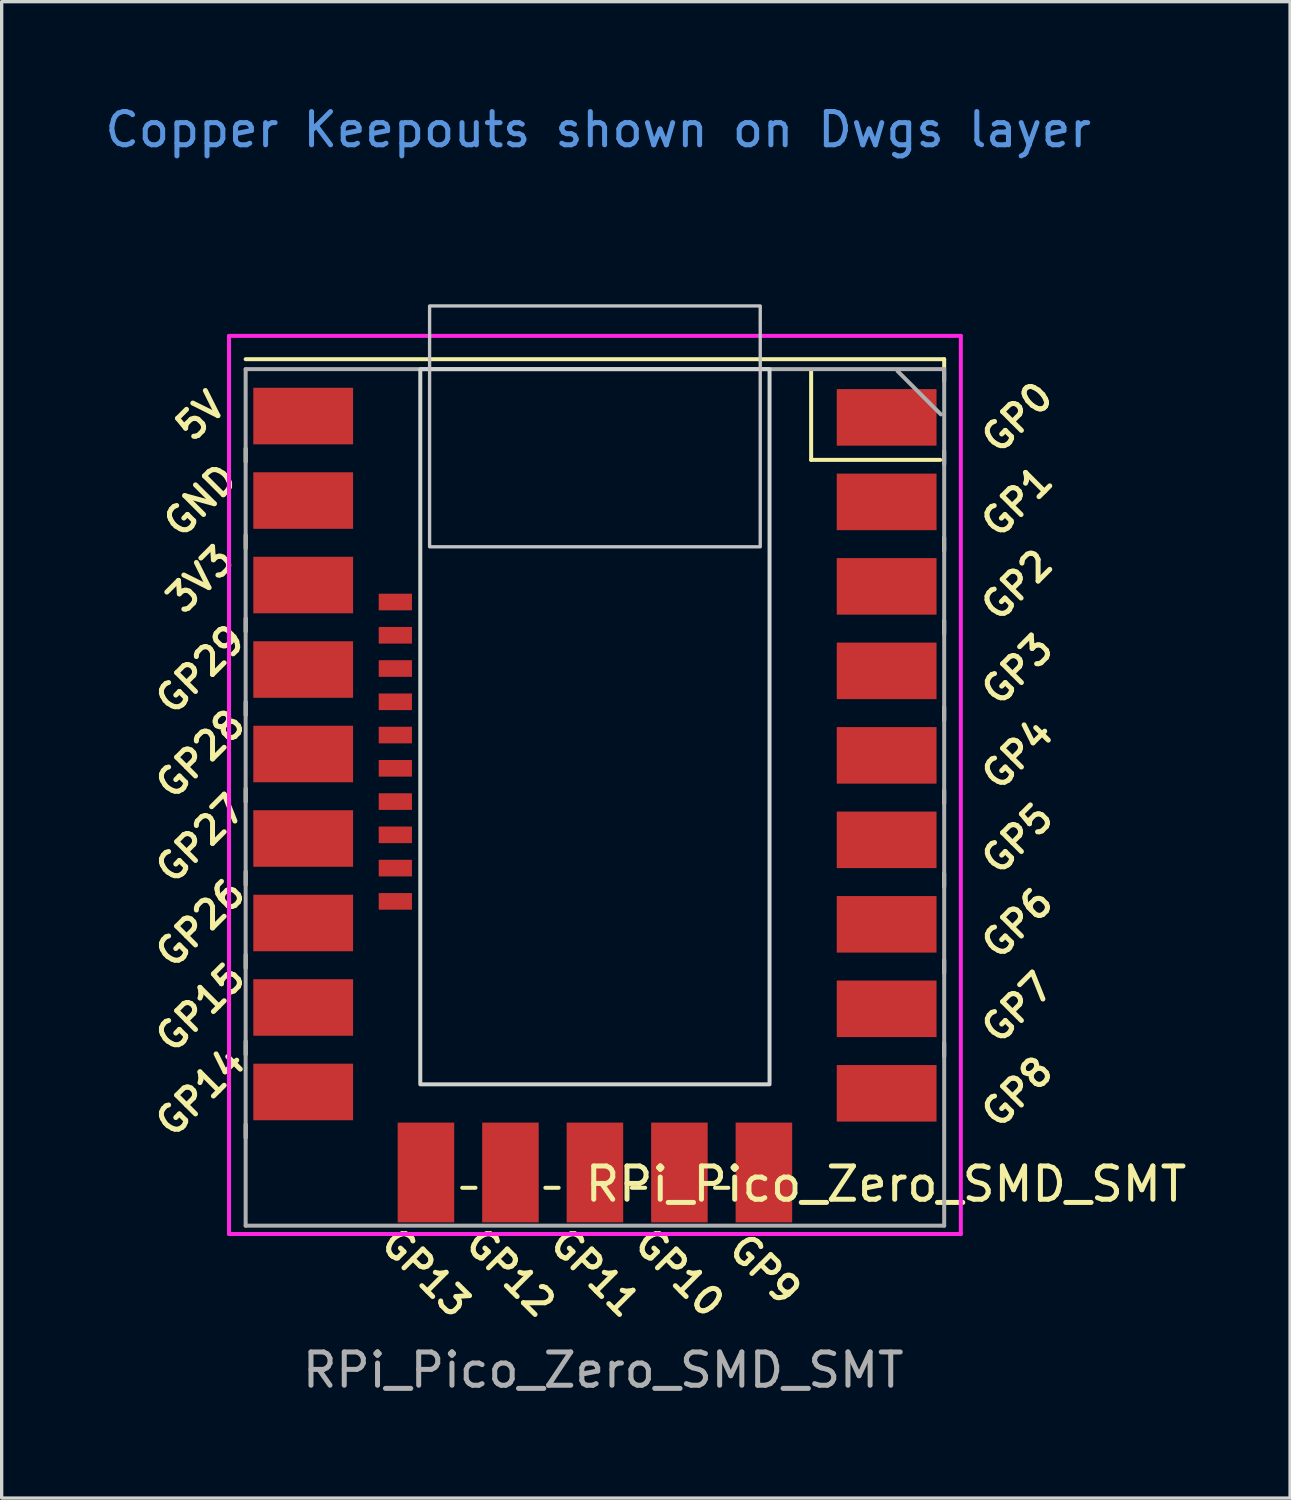
<source format=kicad_pcb>
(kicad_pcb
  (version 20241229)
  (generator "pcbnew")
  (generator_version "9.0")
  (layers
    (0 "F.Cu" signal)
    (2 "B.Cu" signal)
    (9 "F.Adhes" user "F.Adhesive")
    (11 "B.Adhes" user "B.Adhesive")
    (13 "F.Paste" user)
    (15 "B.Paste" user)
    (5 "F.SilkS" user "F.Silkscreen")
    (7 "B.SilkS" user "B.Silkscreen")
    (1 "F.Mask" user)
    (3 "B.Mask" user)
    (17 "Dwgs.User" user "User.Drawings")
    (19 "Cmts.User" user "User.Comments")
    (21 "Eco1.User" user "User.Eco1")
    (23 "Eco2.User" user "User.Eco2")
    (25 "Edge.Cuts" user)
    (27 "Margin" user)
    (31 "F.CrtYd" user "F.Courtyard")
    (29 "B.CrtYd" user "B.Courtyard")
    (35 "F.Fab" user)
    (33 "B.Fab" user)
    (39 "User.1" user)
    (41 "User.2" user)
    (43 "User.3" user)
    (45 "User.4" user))
  (footprint "RPi_Pico_Zero_SMD_SMT"
    (layer "F.Cu")
    (at 14.835 31.048)
    (property "Reference" "RPi_Pico_Zero_SMD_SMT" (at 8.75 1.5 0) (layer "F.SilkS") (effects (font (size 1 1) (thickness 0.15))))
    (attr through_hole)
    (fp_line (start -10.5 -23.3) (end 10.5 -23.3) (stroke (width 0.12) (type solid)) (layer "F.SilkS"))
    (fp_line (start -10.5 -20.213) (end -10.5 -20.613) (stroke (width 0.12) (type solid)) (layer "F.SilkS"))
    (fp_line (start -10.5 -17.613) (end -10.5 -18.013) (stroke (width 0.12) (type solid)) (layer "F.SilkS"))
    (fp_line (start -10.5 -15.113) (end -10.5 -15.513) (stroke (width 0.12) (type solid)) (layer "F.SilkS"))
    (fp_line (start -10.5 -12.594) (end -10.5 -12.994) (stroke (width 0.12) (type solid)) (layer "F.SilkS"))
    (fp_line (start -10.5 -9.994) (end -10.5 -10.394) (stroke (width 0.12) (type solid)) (layer "F.SilkS"))
    (fp_line (start -10.5 -7.494) (end -10.5 -7.894) (stroke (width 0.12) (type solid)) (layer "F.SilkS"))
    (fp_line (start -10.5 -4.994) (end -10.5 -5.394) (stroke (width 0.12) (type solid)) (layer "F.SilkS"))
    (fp_line (start -10.5 -2.394) (end -10.5 -2.794) (stroke (width 0.12) (type solid)) (layer "F.SilkS"))
    (fp_line (start -10.5 0.106) (end -10.5 -0.294) (stroke (width 0.12) (type solid)) (layer "F.SilkS"))
    (fp_line (start -3.59 1.61) (end -3.99 1.61) (stroke (width 0.12) (type solid)) (layer "F.SilkS"))
    (fp_line (start -1.09 1.61) (end -1.49 1.61) (stroke (width 0.12) (type solid)) (layer "F.SilkS"))
    (fp_line (start 1.51 1.61) (end 1.11 1.61) (stroke (width 0.12) (type solid)) (layer "F.SilkS"))
    (fp_line (start 4.01 1.61) (end 3.61 1.61) (stroke (width 0.12) (type solid)) (layer "F.SilkS"))
    (fp_line (start 6.5 -20.273) (end 6.5 -22.94) (stroke (width 0.12) (type solid)) (layer "F.SilkS"))
    (fp_line (start 6.5 -20.273) (end 10.38 -20.273) (stroke (width 0.12) (type solid)) (layer "F.SilkS"))
    (fp_line (start 10.5 -23.3) (end 10.5 -23) (stroke (width 0.12) (type solid)) (layer "F.SilkS"))
    (fp_line (start 10.5 -22.94) (end 10.5 -22.64) (stroke (width 0.12) (type solid)) (layer "F.SilkS"))
    (fp_line (start 10.5 -20.54) (end 10.5 -20.14) (stroke (width 0.12) (type solid)) (layer "F.SilkS"))
    (fp_line (start 10.5 -17.94) (end 10.5 -17.54) (stroke (width 0.12) (type solid)) (layer "F.SilkS"))
    (fp_line (start 10.5 -15.44) (end 10.5 -15.04) (stroke (width 0.12) (type solid)) (layer "F.SilkS"))
    (fp_line (start 10.5 -12.84) (end 10.5 -12.44) (stroke (width 0.12) (type solid)) (layer "F.SilkS"))
    (fp_line (start 10.5 -10.34) (end 10.5 -9.94) (stroke (width 0.12) (type solid)) (layer "F.SilkS"))
    (fp_line (start 10.5 -7.84) (end 10.5 -7.44) (stroke (width 0.12) (type solid)) (layer "F.SilkS"))
    (fp_line (start 10.5 -5.24) (end 10.5 -4.84) (stroke (width 0.12) (type solid)) (layer "F.SilkS"))
    (fp_line (start 10.5 -2.74) (end 10.5 -2.34) (stroke (width 0.12) (type solid)) (layer "F.SilkS"))
    (fp_poly (pts (xy 4.97 -17.66) (xy -4.97 -17.66) (xy -4.97 -24.9) (xy 4.97 -24.9)) (stroke (width 0.1) (type solid)) (fill no) (layer "Dwgs.User"))
    (fp_rect (start -5.25 -23) (end 5.25 -1.5) (stroke (width 0.12) (type default)) (fill no) (layer "Edge.Cuts"))
    (fp_line (start -11 -24) (end 11 -24) (stroke (width 0.12) (type solid)) (layer "F.CrtYd"))
    (fp_line (start -11 3) (end -11 -24) (stroke (width 0.12) (type solid)) (layer "F.CrtYd"))
    (fp_line (start 11 -24) (end 11 3) (stroke (width 0.12) (type solid)) (layer "F.CrtYd"))
    (fp_line (start 11 3) (end -11 3) (stroke (width 0.12) (type solid)) (layer "F.CrtYd"))
    (fp_line (start -10.5 -23) (end 10.5 -23) (stroke (width 0.12) (type solid)) (layer "F.Fab"))
    (fp_line (start -10.5 2.75) (end -10.5 -23) (stroke (width 0.12) (type solid)) (layer "F.Fab"))
    (fp_line (start 10.4 -21.64) (end 9.1 -22.94) (stroke (width 0.12) (type solid)) (layer "F.Fab"))
    (fp_line (start 10.5 -23) (end 10.5 2.75) (stroke (width 0.12) (type solid)) (layer "F.Fab"))
    (fp_line (start 10.5 2.75) (end -10.5 2.75) (stroke (width 0.12) (type solid)) (layer "F.Fab"))
    (fp_text user "GP7" (at 12.7 -3.81 45) (layer "F.SilkS") (effects (font (size 0.8 0.8) (thickness 0.15))))
    (fp_text user "GP2" (at 12.69 -16.51 45) (layer "F.SilkS") (effects (font (size 0.8 0.8) (thickness 0.15))))
    (fp_text user "GP0" (at 12.7 -21.55 45) (layer "F.SilkS") (effects (font (size 0.8 0.8) (thickness 0.15))))
    (fp_text user "GP3" (at 12.7 -13.97 45) (layer "F.SilkS") (effects (font (size 0.8 0.8) (thickness 0.15))))
    (fp_text user "GP6" (at 12.7 -6.35 45) (layer "F.SilkS") (effects (font (size 0.8 0.8) (thickness 0.15))))
    (fp_text user "GP14" (at -11.86 -1.27 225) (layer "F.SilkS") (effects (font (size 0.8 0.8) (thickness 0.15))))
    (fp_text user "GP9" (at 5.11 4.064 135) (layer "F.SilkS") (effects (font (size 0.8 0.8) (thickness 0.15))))
    (fp_text user "GP15" (at -11.86 -3.81 225) (layer "F.SilkS") (effects (font (size 0.8 0.8) (thickness 0.15))))
    (fp_text user "GP28" (at -11.86 -11.43 225) (layer "F.SilkS") (effects (font (size 0.8 0.8) (thickness 0.15))))
    (fp_text user "GP13" (at -5.08 4.164 135) (layer "F.SilkS") (effects (font (size 0.8 0.8) (thickness 0.15))))
    (fp_text user "3V3" (at -11.86 -16.69 45) (layer "F.SilkS") (effects (font (size 0.8 0.8) (thickness 0.15))))
    (fp_text user "GP1" (at 12.69 -19.02 45) (layer "F.SilkS") (effects (font (size 0.8 0.8) (thickness 0.15))))
    (fp_text user "GP29" (at -11.86 -13.97 45) (layer "F.SilkS") (effects (font (size 0.8 0.8) (thickness 0.15))))
    (fp_text user "GP27" (at -11.86 -8.89 225) (layer "F.SilkS") (effects (font (size 0.8 0.8) (thickness 0.15))))
    (fp_text user "GND" (at -11.86 -19.05 45) (layer "F.SilkS") (effects (font (size 0.8 0.8) (thickness 0.15))))
    (fp_text user "GP26" (at -11.86 -6.35 225) (layer "F.SilkS") (effects (font (size 0.8 0.8) (thickness 0.15))))
    (fp_text user "GP8" (at 12.7 -1.27 45) (layer "F.SilkS") (effects (font (size 0.8 0.8) (thickness 0.15))))
    (fp_text user "GP11" (at 0 4.164 135) (layer "F.SilkS") (effects (font (size 0.8 0.8) (thickness 0.15))))
    (fp_text user "GP12" (at -2.54 4.164 135) (layer "F.SilkS") (effects (font (size 0.8 0.8) (thickness 0.15))))
    (fp_text user "GP4" (at 12.7 -11.43 45) (layer "F.SilkS") (effects (font (size 0.8 0.8) (thickness 0.15))))
    (fp_text user "GP10" (at 2.54 4.164 135) (layer "F.SilkS") (effects (font (size 0.8 0.8) (thickness 0.15))))
    (fp_text user "5V" (at -11.86 -21.59 45) (layer "F.SilkS") (effects (font (size 0.8 0.8) (thickness 0.15))))
    (fp_text user "GP5" (at 12.7 -8.89 45) (layer "F.SilkS") (effects (font (size 0.8 0.8) (thickness 0.15))))
    (fp_text user "Copper Keepouts shown on Dwgs layer" (at 0.1 -30.2 0) (layer "Cmts.User") (effects (font (size 1 1) (thickness 0.15))))
    (fp_text user "${REFERENCE}" (at 0.25 7.091 180) (layer "F.Fab") (effects (font (size 1 1) (thickness 0.15))))
    (pad "1" smd rect (at 7.87 -21.55) (size 3 1.7) (drill (offset 0.9 0)) (layers "F.Cu" "F.Mask"))
    (pad "2" smd rect (at 7.87 -19.01) (size 3 1.7) (drill (offset 0.9 0)) (layers "F.Cu" "F.Mask"))
    (pad "3" smd rect (at 7.87 -16.47) (size 3 1.7) (drill (offset 0.9 0)) (layers "F.Cu" "F.Mask"))
    (pad "4" smd rect (at 7.87 -13.93) (size 3 1.7) (drill (offset 0.9 0)) (layers "F.Cu" "F.Mask"))
    (pad "5" smd rect (at 7.87 -11.39) (size 3 1.7) (drill (offset 0.9 0)) (layers "F.Cu" "F.Mask"))
    (pad "6" smd rect (at 7.87 -8.85) (size 3 1.7) (drill (offset 0.9 0)) (layers "F.Cu" "F.Mask"))
    (pad "7" smd rect (at 7.87 -6.31) (size 3 1.7) (drill (offset 0.9 0)) (layers "F.Cu" "F.Mask"))
    (pad "8" smd rect (at 7.87 -3.77) (size 3 1.7) (drill (offset 0.9 0)) (layers "F.Cu" "F.Mask"))
    (pad "9" smd rect (at 7.87 -1.23) (size 3 1.7) (drill (offset 0.9 0)) (layers "F.Cu" "F.Mask"))
    (pad "10" smd rect (at 5.08 0.25 270) (size 3 1.7) (drill (offset 0.9 0)) (layers "F.Cu" "F.Mask"))
    (pad "11" smd rect (at 2.54 0.25 270) (size 3 1.7) (drill (offset 0.9 0)) (layers "F.Cu" "F.Mask"))
    (pad "12" smd rect (at 0 0.25 270) (size 3 1.7) (drill (offset 0.9 0)) (layers "F.Cu" "F.Mask"))
    (pad "13" smd rect (at -2.54 0.25 270) (size 3 1.7) (drill (offset 0.9 0)) (layers "F.Cu" "F.Mask"))
    (pad "14" smd rect (at -5.08 0.25 270) (size 3 1.7) (drill (offset 0.9 0)) (layers "F.Cu" "F.Mask"))
    (pad "15" smd rect (at -7.87 -1.27) (size 3 1.7) (drill (offset -0.9 0)) (layers "F.Cu" "F.Mask"))
    (pad "16" smd rect (at -7.87 -3.81) (size 3 1.7) (drill (offset -0.9 0)) (layers "F.Cu" "F.Mask"))
    (pad "17" smd rect (at -7.87 -6.35) (size 3 1.7) (drill (offset -0.9 0)) (layers "F.Cu" "F.Mask"))
    (pad "18" smd rect (at -7.87 -8.89) (size 3 1.7) (drill (offset -0.9 0)) (layers "F.Cu" "F.Mask"))
    (pad "19" smd rect (at -7.87 -11.43) (size 3 1.7) (drill (offset -0.9 0)) (layers "F.Cu" "F.Mask"))
    (pad "20" smd rect (at -7.87 -13.97) (size 3 1.7) (drill (offset -0.9 0)) (layers "F.Cu" "F.Mask"))
    (pad "21" smd rect (at -7.87 -16.51 180) (size 3 1.7) (drill (offset 0.9 0)) (layers "F.Cu" "F.Mask"))
    (pad "22" smd rect (at -7.87 -19.05 180) (size 3 1.7) (drill (offset 0.9 0)) (layers "F.Cu" "F.Mask"))
    (pad "23" smd rect (at -7.87 -21.59 180) (size 3 1.7) (drill (offset 0.9 0)) (layers "F.Cu" "F.Mask"))
    (pad "24" smd rect (at -6 -16 180) (size 1 0.5) (layers "F.Cu" "F.Mask" "F.Paste"))
    (pad "25" smd rect (at -6 -15 180) (size 1 0.5) (layers "F.Cu" "F.Mask" "F.Paste"))
    (pad "26" smd rect (at -6 -14 180) (size 1 0.5) (layers "F.Cu" "F.Mask" "F.Paste"))
    (pad "27" smd rect (at -6 -13 180) (size 1 0.5) (layers "F.Cu" "F.Mask" "F.Paste"))
    (pad "28" smd rect (at -6 -12 180) (size 1 0.5) (layers "F.Cu" "F.Mask" "F.Paste"))
    (pad "29" smd rect (at -6 -11 180) (size 1 0.5) (layers "F.Cu" "F.Mask" "F.Paste"))
    (pad "30" smd rect (at -6 -10 180) (size 1 0.5) (layers "F.Cu" "F.Mask" "F.Paste"))
    (pad "31" smd rect (at -6 -9 180) (size 1 0.5) (layers "F.Cu" "F.Mask" "F.Paste"))
    (pad "32" smd rect (at -6 -8 180) (size 1 0.5) (layers "F.Cu" "F.Mask" "F.Paste"))
    (pad "33" smd rect (at -6 -7 180) (size 1 0.5) (layers "F.Cu" "F.Mask" "F.Paste")))
  (gr_rect
    (start -3 -3)
    (end 35.733 41.987)
    (stroke (width 0.1) (type default))
    (fill no)
    (layer "Edge.Cuts")))
</source>
